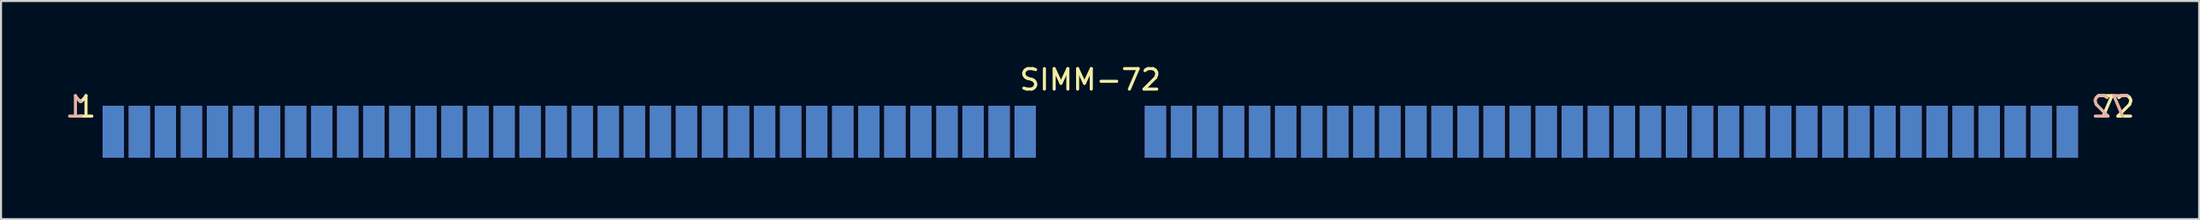
<source format=kicad_pcb>
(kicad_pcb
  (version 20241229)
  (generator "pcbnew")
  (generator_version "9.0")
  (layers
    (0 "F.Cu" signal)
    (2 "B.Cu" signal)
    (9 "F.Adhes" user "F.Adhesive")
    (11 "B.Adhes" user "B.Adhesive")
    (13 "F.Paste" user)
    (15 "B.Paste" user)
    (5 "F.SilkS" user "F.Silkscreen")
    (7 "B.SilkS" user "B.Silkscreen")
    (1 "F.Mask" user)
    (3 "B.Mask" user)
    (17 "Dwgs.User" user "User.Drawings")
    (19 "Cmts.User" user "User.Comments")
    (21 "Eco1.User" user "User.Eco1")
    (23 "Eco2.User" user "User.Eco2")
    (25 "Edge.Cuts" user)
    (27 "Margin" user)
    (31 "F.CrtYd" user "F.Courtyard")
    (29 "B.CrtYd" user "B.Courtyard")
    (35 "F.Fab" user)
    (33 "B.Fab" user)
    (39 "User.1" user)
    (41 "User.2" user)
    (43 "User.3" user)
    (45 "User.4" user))
  (footprint "SIMM-72"
    (layer "F.Cu")
    (at 50.097 3.388)
    (property "Reference" "SIMM-72" (at 0 -2.54 0) (layer "F.SilkS") (effects (font (size 1 1) (thickness 0.15))))
    (attr through_hole)
    (fp_text user "1" (at -49.53 -0.635 0) (unlocked yes) (layer "F.SilkS") (effects (font (size 1 1) (thickness 0.15)) (justify left bottom)))
    (fp_text user "72" (at 48.895 -0.635 0) (unlocked yes) (layer "F.SilkS") (effects (font (size 1 1) (thickness 0.15)) (justify left bottom)))
    (fp_text user "72" (at 50.8 -0.635 0) (unlocked yes) (layer "B.SilkS") (effects (font (size 1 1) (thickness 0.15)) (justify left bottom mirror)))
    (fp_text user "1" (at -48.895 -0.635 0) (unlocked yes) (layer "B.SilkS") (effects (font (size 1 1) (thickness 0.15)) (justify left bottom mirror)))
    (pad "1" connect rect (at -47.625 0) (size 1.04 2.54) (layers "F.Cu" "F.Mask"))
    (pad "1" connect rect (at -47.625 0 180) (size 1.04 2.54) (layers "B.Cu" "B.Mask"))
    (pad "2" connect rect (at -46.355 0) (size 1.04 2.54) (layers "F.Cu" "F.Mask"))
    (pad "2" connect rect (at -46.355 0 180) (size 1.04 2.54) (layers "B.Cu" "B.Mask"))
    (pad "3" connect rect (at -45.085 0) (size 1.04 2.54) (layers "F.Cu" "F.Mask"))
    (pad "3" connect rect (at -45.085 0 180) (size 1.04 2.54) (layers "B.Cu" "B.Mask"))
    (pad "4" connect rect (at -43.815 0) (size 1.04 2.54) (layers "F.Cu" "F.Mask"))
    (pad "4" connect rect (at -43.815 0 180) (size 1.04 2.54) (layers "B.Cu" "B.Mask"))
    (pad "5" connect rect (at -42.545 0) (size 1.04 2.54) (layers "F.Cu" "F.Mask"))
    (pad "5" connect rect (at -42.545 0 180) (size 1.04 2.54) (layers "B.Cu" "B.Mask"))
    (pad "6" connect rect (at -41.275 0) (size 1.04 2.54) (layers "F.Cu" "F.Mask"))
    (pad "6" connect rect (at -41.275 0 180) (size 1.04 2.54) (layers "B.Cu" "B.Mask"))
    (pad "7" connect rect (at -40.005 0) (size 1.04 2.54) (layers "F.Cu" "F.Mask"))
    (pad "7" connect rect (at -40.005 0 180) (size 1.04 2.54) (layers "B.Cu" "B.Mask"))
    (pad "8" connect rect (at -38.735 0) (size 1.04 2.54) (layers "F.Cu" "F.Mask"))
    (pad "8" connect rect (at -38.735 0 180) (size 1.04 2.54) (layers "B.Cu" "B.Mask"))
    (pad "9" connect rect (at -37.465 0) (size 1.04 2.54) (layers "F.Cu" "F.Mask"))
    (pad "9" connect rect (at -37.465 0 180) (size 1.04 2.54) (layers "B.Cu" "B.Mask"))
    (pad "10" connect rect (at -36.195 0) (size 1.04 2.54) (layers "F.Cu" "F.Mask"))
    (pad "10" connect rect (at -36.195 0 180) (size 1.04 2.54) (layers "B.Cu" "B.Mask"))
    (pad "11" connect rect (at -34.925 0) (size 1.04 2.54) (layers "F.Cu" "F.Mask"))
    (pad "11" connect rect (at -34.925 0 180) (size 1.04 2.54) (layers "B.Cu" "B.Mask"))
    (pad "12" connect rect (at -33.655 0) (size 1.04 2.54) (layers "F.Cu" "F.Mask"))
    (pad "12" connect rect (at -33.655 0 180) (size 1.04 2.54) (layers "B.Cu" "B.Mask"))
    (pad "13" connect rect (at -32.385 0) (size 1.04 2.54) (layers "F.Cu" "F.Mask"))
    (pad "13" connect rect (at -32.385 0 180) (size 1.04 2.54) (layers "B.Cu" "B.Mask"))
    (pad "14" connect rect (at -31.115 0) (size 1.04 2.54) (layers "F.Cu" "F.Mask"))
    (pad "14" connect rect (at -31.115 0 180) (size 1.04 2.54) (layers "B.Cu" "B.Mask"))
    (pad "15" connect rect (at -29.845 0) (size 1.04 2.54) (layers "F.Cu" "F.Mask"))
    (pad "15" connect rect (at -29.845 0 180) (size 1.04 2.54) (layers "B.Cu" "B.Mask"))
    (pad "16" connect rect (at -28.575 0) (size 1.04 2.54) (layers "F.Cu" "F.Mask"))
    (pad "16" connect rect (at -28.575 0 180) (size 1.04 2.54) (layers "B.Cu" "B.Mask"))
    (pad "17" connect rect (at -27.305 0) (size 1.04 2.54) (layers "F.Cu" "F.Mask"))
    (pad "17" connect rect (at -27.305 0 180) (size 1.04 2.54) (layers "B.Cu" "B.Mask"))
    (pad "18" connect rect (at -26.035 0) (size 1.04 2.54) (layers "F.Cu" "F.Mask"))
    (pad "18" connect rect (at -26.035 0 180) (size 1.04 2.54) (layers "B.Cu" "B.Mask"))
    (pad "19" connect rect (at -24.765 0) (size 1.04 2.54) (layers "F.Cu" "F.Mask"))
    (pad "19" connect rect (at -24.765 0 180) (size 1.04 2.54) (layers "B.Cu" "B.Mask"))
    (pad "20" connect rect (at -23.495 0) (size 1.04 2.54) (layers "F.Cu" "F.Mask"))
    (pad "20" connect rect (at -23.495 0 180) (size 1.04 2.54) (layers "B.Cu" "B.Mask"))
    (pad "21" connect rect (at -22.225 0) (size 1.04 2.54) (layers "F.Cu" "F.Mask"))
    (pad "21" connect rect (at -22.225 0 180) (size 1.04 2.54) (layers "B.Cu" "B.Mask"))
    (pad "22" connect rect (at -20.955 0) (size 1.04 2.54) (layers "F.Cu" "F.Mask"))
    (pad "22" connect rect (at -20.955 0 180) (size 1.04 2.54) (layers "B.Cu" "B.Mask"))
    (pad "23" connect rect (at -19.685 0) (size 1.04 2.54) (layers "F.Cu" "F.Mask"))
    (pad "23" connect rect (at -19.685 0 180) (size 1.04 2.54) (layers "B.Cu" "B.Mask"))
    (pad "24" connect rect (at -18.415 0) (size 1.04 2.54) (layers "F.Cu" "F.Mask"))
    (pad "24" connect rect (at -18.415 0 180) (size 1.04 2.54) (layers "B.Cu" "B.Mask"))
    (pad "25" connect rect (at -17.145 0) (size 1.04 2.54) (layers "F.Cu" "F.Mask"))
    (pad "25" connect rect (at -17.145 0 180) (size 1.04 2.54) (layers "B.Cu" "B.Mask"))
    (pad "26" connect rect (at -15.875 0) (size 1.04 2.54) (layers "F.Cu" "F.Mask"))
    (pad "26" connect rect (at -15.875 0 180) (size 1.04 2.54) (layers "B.Cu" "B.Mask"))
    (pad "27" connect rect (at -14.605 0) (size 1.04 2.54) (layers "F.Cu" "F.Mask"))
    (pad "27" connect rect (at -14.605 0 180) (size 1.04 2.54) (layers "B.Cu" "B.Mask"))
    (pad "28" connect rect (at -13.335 0) (size 1.04 2.54) (layers "F.Cu" "F.Mask"))
    (pad "28" connect rect (at -13.335 0 180) (size 1.04 2.54) (layers "B.Cu" "B.Mask"))
    (pad "29" connect rect (at -12.065 0) (size 1.04 2.54) (layers "F.Cu" "F.Mask"))
    (pad "29" connect rect (at -12.065 0 180) (size 1.04 2.54) (layers "B.Cu" "B.Mask"))
    (pad "30" connect rect (at -10.795 0) (size 1.04 2.54) (layers "F.Cu" "F.Mask"))
    (pad "30" connect rect (at -10.795 0 180) (size 1.04 2.54) (layers "B.Cu" "B.Mask"))
    (pad "31" connect rect (at -9.525 0) (size 1.04 2.54) (layers "F.Cu" "F.Mask"))
    (pad "31" connect rect (at -9.525 0 180) (size 1.04 2.54) (layers "B.Cu" "B.Mask"))
    (pad "32" connect rect (at -8.255 0) (size 1.04 2.54) (layers "F.Cu" "F.Mask"))
    (pad "32" connect rect (at -8.255 0 180) (size 1.04 2.54) (layers "B.Cu" "B.Mask"))
    (pad "33" connect rect (at -6.985 0) (size 1.04 2.54) (layers "F.Cu" "F.Mask"))
    (pad "33" connect rect (at -6.985 0 180) (size 1.04 2.54) (layers "B.Cu" "B.Mask"))
    (pad "34" connect rect (at -5.715 0) (size 1.04 2.54) (layers "F.Cu" "F.Mask"))
    (pad "34" connect rect (at -5.715 0 180) (size 1.04 2.54) (layers "B.Cu" "B.Mask"))
    (pad "35" connect rect (at -4.445 0) (size 1.04 2.54) (layers "F.Cu" "F.Mask"))
    (pad "35" connect rect (at -4.445 0 180) (size 1.04 2.54) (layers "B.Cu" "B.Mask"))
    (pad "36" connect rect (at -3.175 0) (size 1.04 2.54) (layers "F.Cu" "F.Mask"))
    (pad "36" connect rect (at -3.175 0 180) (size 1.04 2.54) (layers "B.Cu" "B.Mask"))
    (pad "37" connect rect (at 3.175 0) (size 1.04 2.54) (layers "F.Cu" "F.Mask"))
    (pad "37" connect rect (at 3.175 0 180) (size 1.04 2.54) (layers "B.Cu" "B.Mask"))
    (pad "38" connect rect (at 4.445 0) (size 1.04 2.54) (layers "F.Cu" "F.Mask"))
    (pad "38" connect rect (at 4.445 0 180) (size 1.04 2.54) (layers "B.Cu" "B.Mask"))
    (pad "39" connect rect (at 5.715 0) (size 1.04 2.54) (layers "F.Cu" "F.Mask"))
    (pad "39" connect rect (at 5.715 0 180) (size 1.04 2.54) (layers "B.Cu" "B.Mask"))
    (pad "40" connect rect (at 6.985 0) (size 1.04 2.54) (layers "F.Cu" "F.Mask"))
    (pad "40" connect rect (at 6.985 0 180) (size 1.04 2.54) (layers "B.Cu" "B.Mask"))
    (pad "41" connect rect (at 8.255 0) (size 1.04 2.54) (layers "F.Cu" "F.Mask"))
    (pad "41" connect rect (at 8.255 0 180) (size 1.04 2.54) (layers "B.Cu" "B.Mask"))
    (pad "42" connect rect (at 9.525 0) (size 1.04 2.54) (layers "F.Cu" "F.Mask"))
    (pad "42" connect rect (at 9.525 0 180) (size 1.04 2.54) (layers "B.Cu" "B.Mask"))
    (pad "43" connect rect (at 10.795 0) (size 1.04 2.54) (layers "F.Cu" "F.Mask"))
    (pad "43" connect rect (at 10.795 0 180) (size 1.04 2.54) (layers "B.Cu" "B.Mask"))
    (pad "44" connect rect (at 12.065 0) (size 1.04 2.54) (layers "F.Cu" "F.Mask"))
    (pad "44" connect rect (at 12.065 0 180) (size 1.04 2.54) (layers "B.Cu" "B.Mask"))
    (pad "45" connect rect (at 13.335 0) (size 1.04 2.54) (layers "F.Cu" "F.Mask"))
    (pad "45" connect rect (at 13.335 0 180) (size 1.04 2.54) (layers "B.Cu" "B.Mask"))
    (pad "46" connect rect (at 14.605 0) (size 1.04 2.54) (layers "F.Cu" "F.Mask"))
    (pad "46" connect rect (at 14.605 0 180) (size 1.04 2.54) (layers "B.Cu" "B.Mask"))
    (pad "47" connect rect (at 15.875 0) (size 1.04 2.54) (layers "F.Cu" "F.Mask"))
    (pad "47" connect rect (at 15.875 0 180) (size 1.04 2.54) (layers "B.Cu" "B.Mask"))
    (pad "48" connect rect (at 17.145 0) (size 1.04 2.54) (layers "F.Cu" "F.Mask"))
    (pad "48" connect rect (at 17.145 0 180) (size 1.04 2.54) (layers "B.Cu" "B.Mask"))
    (pad "49" connect rect (at 18.415 0) (size 1.04 2.54) (layers "F.Cu" "F.Mask"))
    (pad "49" connect rect (at 18.415 0 180) (size 1.04 2.54) (layers "B.Cu" "B.Mask"))
    (pad "50" connect rect (at 19.685 0) (size 1.04 2.54) (layers "F.Cu" "F.Mask"))
    (pad "50" connect rect (at 19.685 0 180) (size 1.04 2.54) (layers "B.Cu" "B.Mask"))
    (pad "51" connect rect (at 20.955 0) (size 1.04 2.54) (layers "F.Cu" "F.Mask"))
    (pad "51" connect rect (at 20.955 0 180) (size 1.04 2.54) (layers "B.Cu" "B.Mask"))
    (pad "52" connect rect (at 22.225 0) (size 1.04 2.54) (layers "F.Cu" "F.Mask"))
    (pad "52" connect rect (at 22.225 0 180) (size 1.04 2.54) (layers "B.Cu" "B.Mask"))
    (pad "53" connect rect (at 23.495 0) (size 1.04 2.54) (layers "F.Cu" "F.Mask"))
    (pad "53" connect rect (at 23.495 0 180) (size 1.04 2.54) (layers "B.Cu" "B.Mask"))
    (pad "54" connect rect (at 24.765 0) (size 1.04 2.54) (layers "F.Cu" "F.Mask"))
    (pad "54" connect rect (at 24.765 0 180) (size 1.04 2.54) (layers "B.Cu" "B.Mask"))
    (pad "55" connect rect (at 26.035 0) (size 1.04 2.54) (layers "F.Cu" "F.Mask"))
    (pad "55" connect rect (at 26.035 0 180) (size 1.04 2.54) (layers "B.Cu" "B.Mask"))
    (pad "56" connect rect (at 27.305 0) (size 1.04 2.54) (layers "F.Cu" "F.Mask"))
    (pad "56" connect rect (at 27.305 0 180) (size 1.04 2.54) (layers "B.Cu" "B.Mask"))
    (pad "57" connect rect (at 28.575 0) (size 1.04 2.54) (layers "F.Cu" "F.Mask"))
    (pad "57" connect rect (at 28.575 0 180) (size 1.04 2.54) (layers "B.Cu" "B.Mask"))
    (pad "58" connect rect (at 29.845 0) (size 1.04 2.54) (layers "F.Cu" "F.Mask"))
    (pad "58" connect rect (at 29.845 0 180) (size 1.04 2.54) (layers "B.Cu" "B.Mask"))
    (pad "59" connect rect (at 31.115 0) (size 1.04 2.54) (layers "F.Cu" "F.Mask"))
    (pad "59" connect rect (at 31.115 0 180) (size 1.04 2.54) (layers "B.Cu" "B.Mask"))
    (pad "60" connect rect (at 32.385 0) (size 1.04 2.54) (layers "F.Cu" "F.Mask"))
    (pad "60" connect rect (at 32.385 0 180) (size 1.04 2.54) (layers "B.Cu" "B.Mask"))
    (pad "61" connect rect (at 33.655 0) (size 1.04 2.54) (layers "F.Cu" "F.Mask"))
    (pad "61" connect rect (at 33.655 0 180) (size 1.04 2.54) (layers "B.Cu" "B.Mask"))
    (pad "62" connect rect (at 34.925 0) (size 1.04 2.54) (layers "F.Cu" "F.Mask"))
    (pad "62" connect rect (at 34.925 0 180) (size 1.04 2.54) (layers "B.Cu" "B.Mask"))
    (pad "63" connect rect (at 36.195 0) (size 1.04 2.54) (layers "F.Cu" "F.Mask"))
    (pad "63" connect rect (at 36.195 0 180) (size 1.04 2.54) (layers "B.Cu" "B.Mask"))
    (pad "64" connect rect (at 37.465 0) (size 1.04 2.54) (layers "F.Cu" "F.Mask"))
    (pad "64" connect rect (at 37.465 0 180) (size 1.04 2.54) (layers "B.Cu" "B.Mask"))
    (pad "65" connect rect (at 38.735 0) (size 1.04 2.54) (layers "F.Cu" "F.Mask"))
    (pad "65" connect rect (at 38.735 0 180) (size 1.04 2.54) (layers "B.Cu" "B.Mask"))
    (pad "66" connect rect (at 40.005 0) (size 1.04 2.54) (layers "F.Cu" "F.Mask"))
    (pad "66" connect rect (at 40.005 0 180) (size 1.04 2.54) (layers "B.Cu" "B.Mask"))
    (pad "67" connect rect (at 41.275 0) (size 1.04 2.54) (layers "F.Cu" "F.Mask"))
    (pad "67" connect rect (at 41.275 0 180) (size 1.04 2.54) (layers "B.Cu" "B.Mask"))
    (pad "68" connect rect (at 42.545 0) (size 1.04 2.54) (layers "F.Cu" "F.Mask"))
    (pad "68" connect rect (at 42.545 0 180) (size 1.04 2.54) (layers "B.Cu" "B.Mask"))
    (pad "69" connect rect (at 43.815 0) (size 1.04 2.54) (layers "F.Cu" "F.Mask"))
    (pad "69" connect rect (at 43.815 0 180) (size 1.04 2.54) (layers "B.Cu" "B.Mask"))
    (pad "70" connect rect (at 45.085 0) (size 1.04 2.54) (layers "F.Cu" "F.Mask"))
    (pad "70" connect rect (at 45.085 0 180) (size 1.04 2.54) (layers "B.Cu" "B.Mask"))
    (pad "71" connect rect (at 46.355 0) (size 1.04 2.54) (layers "F.Cu" "F.Mask"))
    (pad "71" connect rect (at 46.355 0 180) (size 1.04 2.54) (layers "B.Cu" "B.Mask"))
    (pad "72" connect rect (at 47.625 0) (size 1.04 2.54) (layers "F.Cu" "F.Mask"))
    (pad "72" connect rect (at 47.625 0 180) (size 1.04 2.54) (layers "B.Cu" "B.Mask")))
  (gr_rect
    (start -3 -3)
    (end 104.147 7.658)
    (stroke (width 0.1) (type default))
    (fill no)
    (layer "Edge.Cuts")))
</source>
